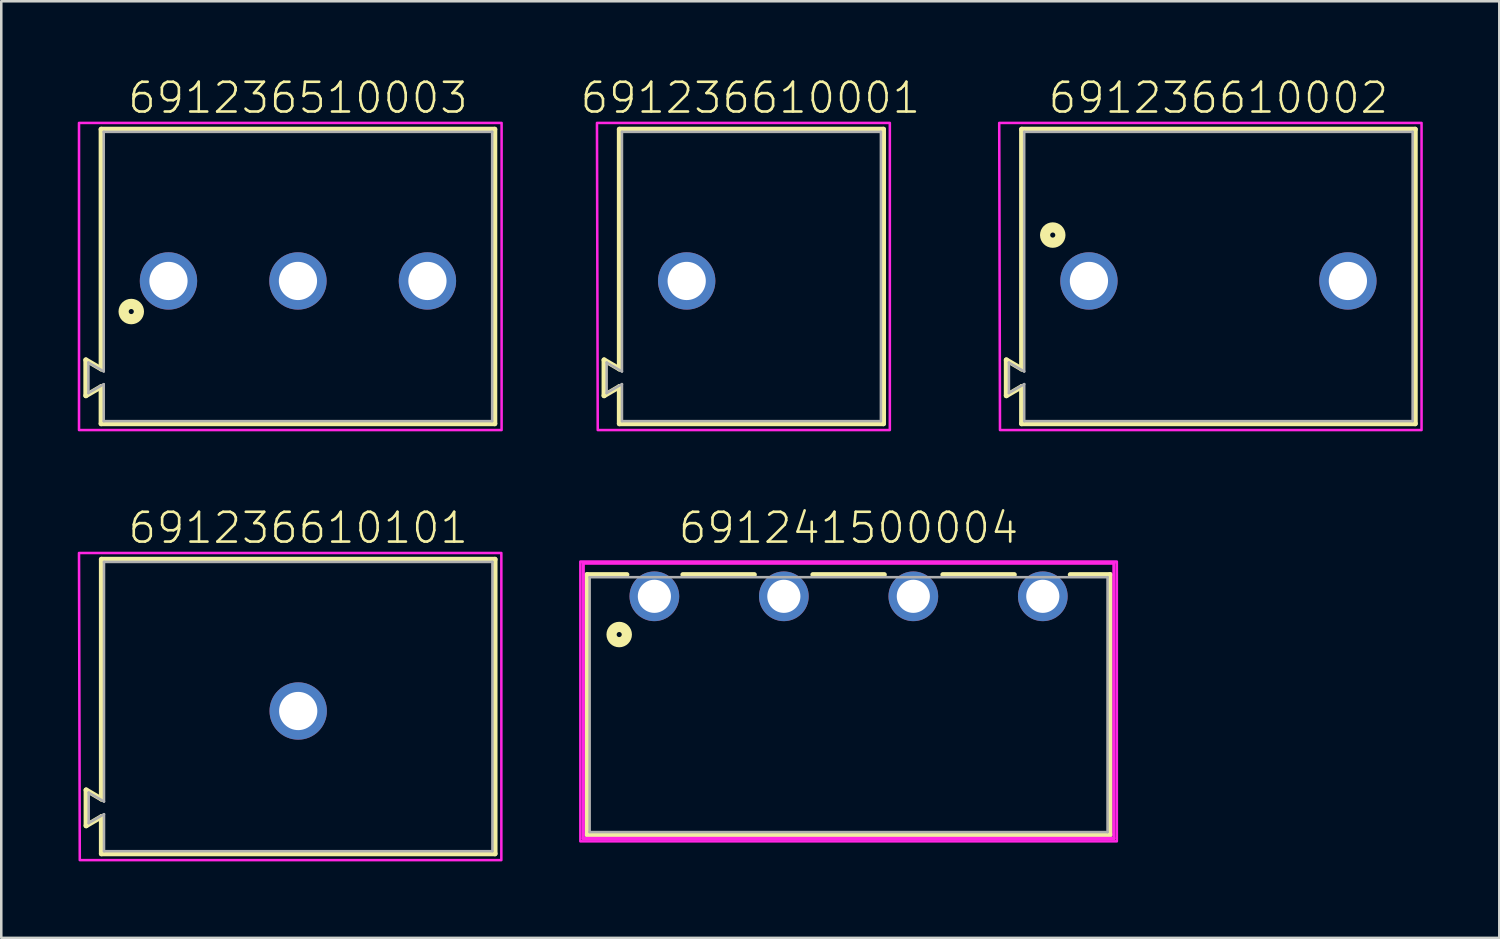
<source format=kicad_pcb>
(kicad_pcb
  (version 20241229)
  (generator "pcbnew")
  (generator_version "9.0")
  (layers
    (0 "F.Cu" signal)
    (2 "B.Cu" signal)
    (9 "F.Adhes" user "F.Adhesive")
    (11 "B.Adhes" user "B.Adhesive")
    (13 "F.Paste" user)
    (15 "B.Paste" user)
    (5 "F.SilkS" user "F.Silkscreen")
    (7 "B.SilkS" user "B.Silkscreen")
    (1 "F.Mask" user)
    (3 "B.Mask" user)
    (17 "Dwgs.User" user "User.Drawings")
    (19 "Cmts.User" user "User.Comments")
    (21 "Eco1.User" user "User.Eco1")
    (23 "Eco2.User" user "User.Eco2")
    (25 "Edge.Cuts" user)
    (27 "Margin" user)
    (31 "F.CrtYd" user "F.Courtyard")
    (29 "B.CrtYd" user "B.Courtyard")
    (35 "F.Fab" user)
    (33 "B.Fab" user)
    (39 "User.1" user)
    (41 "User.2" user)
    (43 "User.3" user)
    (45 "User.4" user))
  (footprint "691236610001"
    (layer "F.Cu")
    (at 23.892 7.973)
    (property "Reference" "691236610001" (at 2.5 -6.5 0) (unlocked yes) (layer "F.SilkS") (effects (font (size 1.168 1.168) (thickness 0.102)) (justify bottom)))
    (fp_line (start -3.24 3.1) (end -2.64 3.452) (stroke (width 0.2) (type solid)) (layer "F.SilkS"))
    (fp_line (start -3.24 4.5) (end -3.24 3.1) (stroke (width 0.2) (type solid)) (layer "F.SilkS"))
    (fp_line (start -2.64 -5.95) (end 7.72 -5.95) (stroke (width 0.2) (type solid)) (layer "F.SilkS"))
    (fp_line (start -2.64 3.452) (end -2.64 -5.95) (stroke (width 0.2) (type solid)) (layer "F.SilkS"))
    (fp_line (start -2.64 4.148) (end -3.24 4.5) (stroke (width 0.2) (type solid)) (layer "F.SilkS"))
    (fp_line (start -2.64 5.6) (end -2.64 4.148) (stroke (width 0.2) (type solid)) (layer "F.SilkS"))
    (fp_line (start 7.72 -5.95) (end 7.72 5.6) (stroke (width 0.2) (type solid)) (layer "F.SilkS"))
    (fp_line (start 7.72 5.6) (end -2.64 5.6) (stroke (width 0.2) (type solid)) (layer "F.SilkS"))
    (fp_poly (pts (xy 7.97 5.85) (xy -3.49 5.85) (xy -3.52 -6.2) (xy 7.97 -6.2)) (stroke (width 0.1) (type default)) (fill no) (layer "F.CrtYd"))
    (fp_line (start -3.14 3.2) (end -3.14 4.4) (stroke (width 0.1) (type solid)) (layer "F.Fab"))
    (fp_line (start -3.14 3.2) (end -2.54 3.552) (stroke (width 0.1) (type solid)) (layer "F.Fab"))
    (fp_line (start -3.14 4.4) (end -2.54 4.048) (stroke (width 0.1) (type solid)) (layer "F.Fab"))
    (fp_line (start -2.54 -5.85) (end 7.62 -5.85) (stroke (width 0.1) (type solid)) (layer "F.Fab"))
    (fp_line (start -2.54 3.552) (end -2.54 -5.85) (stroke (width 0.1) (type solid)) (layer "F.Fab"))
    (fp_line (start -2.54 5.5) (end -2.54 4.048) (stroke (width 0.1) (type solid)) (layer "F.Fab"))
    (fp_line (start 7.62 -5.85) (end 7.62 5.5) (stroke (width 0.1) (type solid)) (layer "F.Fab"))
    (fp_line (start 7.62 5.5) (end -2.54 5.5) (stroke (width 0.1) (type solid)) (layer "F.Fab"))
    (pad "1" thru_hole circle (at 0 0) (size 2.25 2.25) (drill 1.5) (layers "*.Cu" "*.Mask")))
  (footprint "691236510003"
    (layer "F.Cu")
    (at 8.64 7.973)
    (property "Reference" "691236510003" (at 0 -6.5 0) (unlocked yes) (layer "F.SilkS") (effects (font (size 1.168 1.168) (thickness 0.102)) (justify bottom)))
    (fp_line (start -8.32 3.1) (end -7.72 3.45) (stroke (width 0.2) (type solid)) (layer "F.SilkS"))
    (fp_line (start -8.32 4.5) (end -8.32 3.1) (stroke (width 0.2) (type solid)) (layer "F.SilkS"))
    (fp_line (start -7.72 -5.95) (end 7.72 -5.95) (stroke (width 0.2) (type solid)) (layer "F.SilkS"))
    (fp_line (start -7.72 3.45) (end -7.72 -5.95) (stroke (width 0.2) (type solid)) (layer "F.SilkS"))
    (fp_line (start -7.72 4.15) (end -8.32 4.5) (stroke (width 0.2) (type solid)) (layer "F.SilkS"))
    (fp_line (start -7.72 5.6) (end -7.72 4.15) (stroke (width 0.2) (type solid)) (layer "F.SilkS"))
    (fp_line (start 7.72 -5.95) (end 7.72 5.6) (stroke (width 0.2) (type solid)) (layer "F.SilkS"))
    (fp_line (start 7.72 5.6) (end -7.72 5.6) (stroke (width 0.2) (type solid)) (layer "F.SilkS"))
    (fp_circle (center -6.54 1.2) (end -6.44 1.2) (stroke (width 0.4) (type solid)) (fill no) (layer "F.SilkS"))
    (fp_poly (pts (xy 7.99 5.85) (xy -8.59 5.85) (xy -8.59 -6.2) (xy 7.99 -6.2)) (stroke (width 0.1) (type default)) (fill no) (layer "F.CrtYd"))
    (fp_line (start -8.22 3.2) (end -8.22 4.4) (stroke (width 0.1) (type solid)) (layer "F.Fab"))
    (fp_line (start -8.22 3.2) (end -7.62 3.55) (stroke (width 0.1) (type solid)) (layer "F.Fab"))
    (fp_line (start -8.22 4.4) (end -7.62 4.05) (stroke (width 0.1) (type solid)) (layer "F.Fab"))
    (fp_line (start -7.62 -5.85) (end 7.62 -5.85) (stroke (width 0.1) (type solid)) (layer "F.Fab"))
    (fp_line (start -7.62 3.55) (end -7.62 -5.85) (stroke (width 0.1) (type solid)) (layer "F.Fab"))
    (fp_line (start -7.62 5.5) (end -7.62 4.05) (stroke (width 0.1) (type solid)) (layer "F.Fab"))
    (fp_line (start 7.62 -5.85) (end 7.62 5.5) (stroke (width 0.1) (type solid)) (layer "F.Fab"))
    (fp_line (start 7.62 5.5) (end -7.62 5.5) (stroke (width 0.1) (type solid)) (layer "F.Fab"))
    (pad "1" thru_hole circle (at -5.08 0) (size 2.25 2.25) (drill 1.5) (layers "*.Cu" "*.Mask"))
    (pad "2" thru_hole circle (at 0 0) (size 2.25 2.25) (drill 1.5) (layers "*.Cu" "*.Mask"))
    (pad "3" thru_hole circle (at 5.08 0) (size 2.25 2.25) (drill 1.5) (layers "*.Cu" "*.Mask")))
  (footprint "691236610002"
    (layer "F.Cu")
    (at 44.754 7.973)
    (property "Reference" "691236610002" (at 0 -6.5 0) (unlocked yes) (layer "F.SilkS") (effects (font (size 1.168 1.168) (thickness 0.102)) (justify bottom)))
    (fp_line (start -8.32 3.1) (end -7.72 3.452) (stroke (width 0.2) (type solid)) (layer "F.SilkS"))
    (fp_line (start -8.32 4.5) (end -8.32 3.1) (stroke (width 0.2) (type solid)) (layer "F.SilkS"))
    (fp_line (start -7.72 -5.95) (end 7.72 -5.95) (stroke (width 0.2) (type solid)) (layer "F.SilkS"))
    (fp_line (start -7.72 3.452) (end -7.72 -5.95) (stroke (width 0.2) (type solid)) (layer "F.SilkS"))
    (fp_line (start -7.72 4.148) (end -8.32 4.5) (stroke (width 0.2) (type solid)) (layer "F.SilkS"))
    (fp_line (start -7.72 5.6) (end -7.72 4.148) (stroke (width 0.2) (type solid)) (layer "F.SilkS"))
    (fp_line (start 7.72 -5.95) (end 7.72 5.6) (stroke (width 0.2) (type solid)) (layer "F.SilkS"))
    (fp_line (start 7.72 5.6) (end -7.72 5.6) (stroke (width 0.2) (type solid)) (layer "F.SilkS"))
    (fp_circle (center -6.5 -1.8) (end -6.4 -1.8) (stroke (width 0.4) (type solid)) (fill no) (layer "F.SilkS"))
    (fp_poly (pts (xy 7.97 5.85) (xy -8.57 5.85) (xy -8.6 -6.2) (xy 7.97 -6.2)) (stroke (width 0.1) (type default)) (fill no) (layer "F.CrtYd"))
    (fp_line (start -8.22 3.2) (end -8.22 4.4) (stroke (width 0.1) (type solid)) (layer "F.Fab"))
    (fp_line (start -8.22 3.2) (end -7.62 3.552) (stroke (width 0.1) (type solid)) (layer "F.Fab"))
    (fp_line (start -8.22 4.4) (end -7.62 4.048) (stroke (width 0.1) (type solid)) (layer "F.Fab"))
    (fp_line (start -7.62 -5.85) (end 7.62 -5.85) (stroke (width 0.1) (type solid)) (layer "F.Fab"))
    (fp_line (start -7.62 3.552) (end -7.62 -5.85) (stroke (width 0.1) (type solid)) (layer "F.Fab"))
    (fp_line (start -7.62 5.5) (end -7.62 4.048) (stroke (width 0.1) (type solid)) (layer "F.Fab"))
    (fp_line (start 7.62 -5.85) (end 7.62 5.5) (stroke (width 0.1) (type solid)) (layer "F.Fab"))
    (fp_line (start 7.62 5.5) (end -7.62 5.5) (stroke (width 0.1) (type solid)) (layer "F.Fab"))
    (pad "1" thru_hole circle (at -5.08 0) (size 2.25 2.25) (drill 1.5) (layers "*.Cu" "*.Mask"))
    (pad "2" thru_hole circle (at 5.08 0) (size 2.25 2.25) (drill 1.5) (layers "*.Cu" "*.Mask")))
  (footprint "691236610101"
    (layer "F.Cu")
    (at 8.65 24.846)
    (property "Reference" "691236610101" (at 0 -6.5 0) (unlocked yes) (layer "F.SilkS") (effects (font (size 1.168 1.168) (thickness 0.102)) (justify bottom)))
    (fp_line (start -8.32 3.1) (end -7.72 3.452) (stroke (width 0.2) (type solid)) (layer "F.SilkS"))
    (fp_line (start -8.32 4.5) (end -8.32 3.1) (stroke (width 0.2) (type solid)) (layer "F.SilkS"))
    (fp_line (start -7.72 -5.95) (end 7.72 -5.95) (stroke (width 0.2) (type solid)) (layer "F.SilkS"))
    (fp_line (start -7.72 3.452) (end -7.72 -5.95) (stroke (width 0.2) (type solid)) (layer "F.SilkS"))
    (fp_line (start -7.72 4.148) (end -8.32 4.5) (stroke (width 0.2) (type solid)) (layer "F.SilkS"))
    (fp_line (start -7.72 5.6) (end -7.72 4.148) (stroke (width 0.2) (type solid)) (layer "F.SilkS"))
    (fp_line (start 7.72 -5.95) (end 7.72 5.6) (stroke (width 0.2) (type solid)) (layer "F.SilkS"))
    (fp_line (start 7.72 5.6) (end -7.72 5.6) (stroke (width 0.2) (type solid)) (layer "F.SilkS"))
    (fp_poly (pts (xy 7.97 5.85) (xy -8.57 5.85) (xy -8.6 -6.2) (xy 7.97 -6.2)) (stroke (width 0.1) (type default)) (fill no) (layer "F.CrtYd"))
    (fp_line (start -8.22 3.2) (end -8.22 4.4) (stroke (width 0.1) (type solid)) (layer "F.Fab"))
    (fp_line (start -8.22 3.2) (end -7.62 3.552) (stroke (width 0.1) (type solid)) (layer "F.Fab"))
    (fp_line (start -8.22 4.4) (end -7.62 4.048) (stroke (width 0.1) (type solid)) (layer "F.Fab"))
    (fp_line (start -7.62 -5.85) (end 7.62 -5.85) (stroke (width 0.1) (type solid)) (layer "F.Fab"))
    (fp_line (start -7.62 3.552) (end -7.62 -5.85) (stroke (width 0.1) (type solid)) (layer "F.Fab"))
    (fp_line (start -7.62 5.5) (end -7.62 4.048) (stroke (width 0.1) (type solid)) (layer "F.Fab"))
    (fp_line (start 7.62 -5.85) (end 7.62 5.5) (stroke (width 0.1) (type solid)) (layer "F.Fab"))
    (fp_line (start 7.62 5.5) (end -7.62 5.5) (stroke (width 0.1) (type solid)) (layer "F.Fab"))
    (pad "1" thru_hole circle (at 0 0) (size 2.25 2.25) (drill 1.5) (layers "*.Cu" "*.Mask")))
  (footprint "691241500004"
    (layer "F.Cu")
    (at 30.244 20.346)
    (property "Reference" "691241500004" (at 0 -2 0) (unlocked yes) (layer "F.SilkS") (effects (font (size 1.168 1.168) (thickness 0.102)) (justify bottom)))
    (fp_line (start -10.26 -0.85) (end -8.7 -0.85) (stroke (width 0.2) (type solid)) (layer "F.SilkS"))
    (fp_line (start -10.26 9.35) (end -10.26 -0.85) (stroke (width 0.2) (type solid)) (layer "F.SilkS"))
    (fp_line (start -6.5 -0.85) (end -3.7 -0.85) (stroke (width 0.2) (type solid)) (layer "F.SilkS"))
    (fp_line (start -1.4 -0.85) (end 1.4 -0.85) (stroke (width 0.2) (type solid)) (layer "F.SilkS"))
    (fp_line (start 3.7 -0.85) (end 6.5 -0.85) (stroke (width 0.2) (type solid)) (layer "F.SilkS"))
    (fp_line (start 8.7 -0.85) (end 10.26 -0.85) (stroke (width 0.2) (type solid)) (layer "F.SilkS"))
    (fp_line (start 10.26 -0.85) (end 10.26 9.35) (stroke (width 0.2) (type solid)) (layer "F.SilkS"))
    (fp_line (start 10.26 9.35) (end -10.26 9.35) (stroke (width 0.2) (type solid)) (layer "F.SilkS"))
    (fp_circle (center -9 1.5) (end -8.9 1.5) (stroke (width 0.4) (type solid)) (fill no) (layer "F.SilkS"))
    (fp_line (start -10.41 -1.3) (end 10.41 -1.3) (stroke (width 0.127) (type solid)) (layer "F.CrtYd"))
    (fp_line (start -10.41 9.5) (end -10.41 -1.3) (stroke (width 0.127) (type solid)) (layer "F.CrtYd"))
    (fp_line (start 10.41 -1.3) (end 10.41 9.5) (stroke (width 0.127) (type solid)) (layer "F.CrtYd"))
    (fp_line (start 10.41 9.5) (end -10.41 9.5) (stroke (width 0.127) (type solid)) (layer "F.CrtYd"))
    (fp_poly (pts (xy 10.524 9.614) (xy -10.524 9.614) (xy -10.524 -1.363) (xy 10.524 -1.363)) (stroke (width 0.1) (type default)) (fill no) (layer "F.CrtYd"))
    (fp_line (start -10.16 -0.75) (end 10.16 -0.75) (stroke (width 0.1) (type solid)) (layer "F.Fab"))
    (fp_line (start -10.16 9.25) (end -10.16 -0.75) (stroke (width 0.1) (type solid)) (layer "F.Fab"))
    (fp_line (start 10.16 -0.75) (end 10.16 9.25) (stroke (width 0.1) (type solid)) (layer "F.Fab"))
    (fp_line (start 10.16 9.25) (end -10.16 9.25) (stroke (width 0.1) (type solid)) (layer "F.Fab"))
    (pad "1" thru_hole circle (at -7.62 0) (size 1.95 1.95) (drill 1.3) (layers "*.Cu" "*.Mask"))
    (pad "2" thru_hole circle (at -2.54 0) (size 1.95 1.95) (drill 1.3) (layers "*.Cu" "*.Mask"))
    (pad "3" thru_hole circle (at 2.54 0) (size 1.95 1.95) (drill 1.3) (layers "*.Cu" "*.Mask"))
    (pad "4" thru_hole circle (at 7.62 0) (size 1.95 1.95) (drill 1.3) (layers "*.Cu" "*.Mask")))
  (gr_rect
    (start -3 -3)
    (end 55.774 33.746)
    (stroke (width 0.1) (type default))
    (fill no)
    (layer "Edge.Cuts")))
</source>
